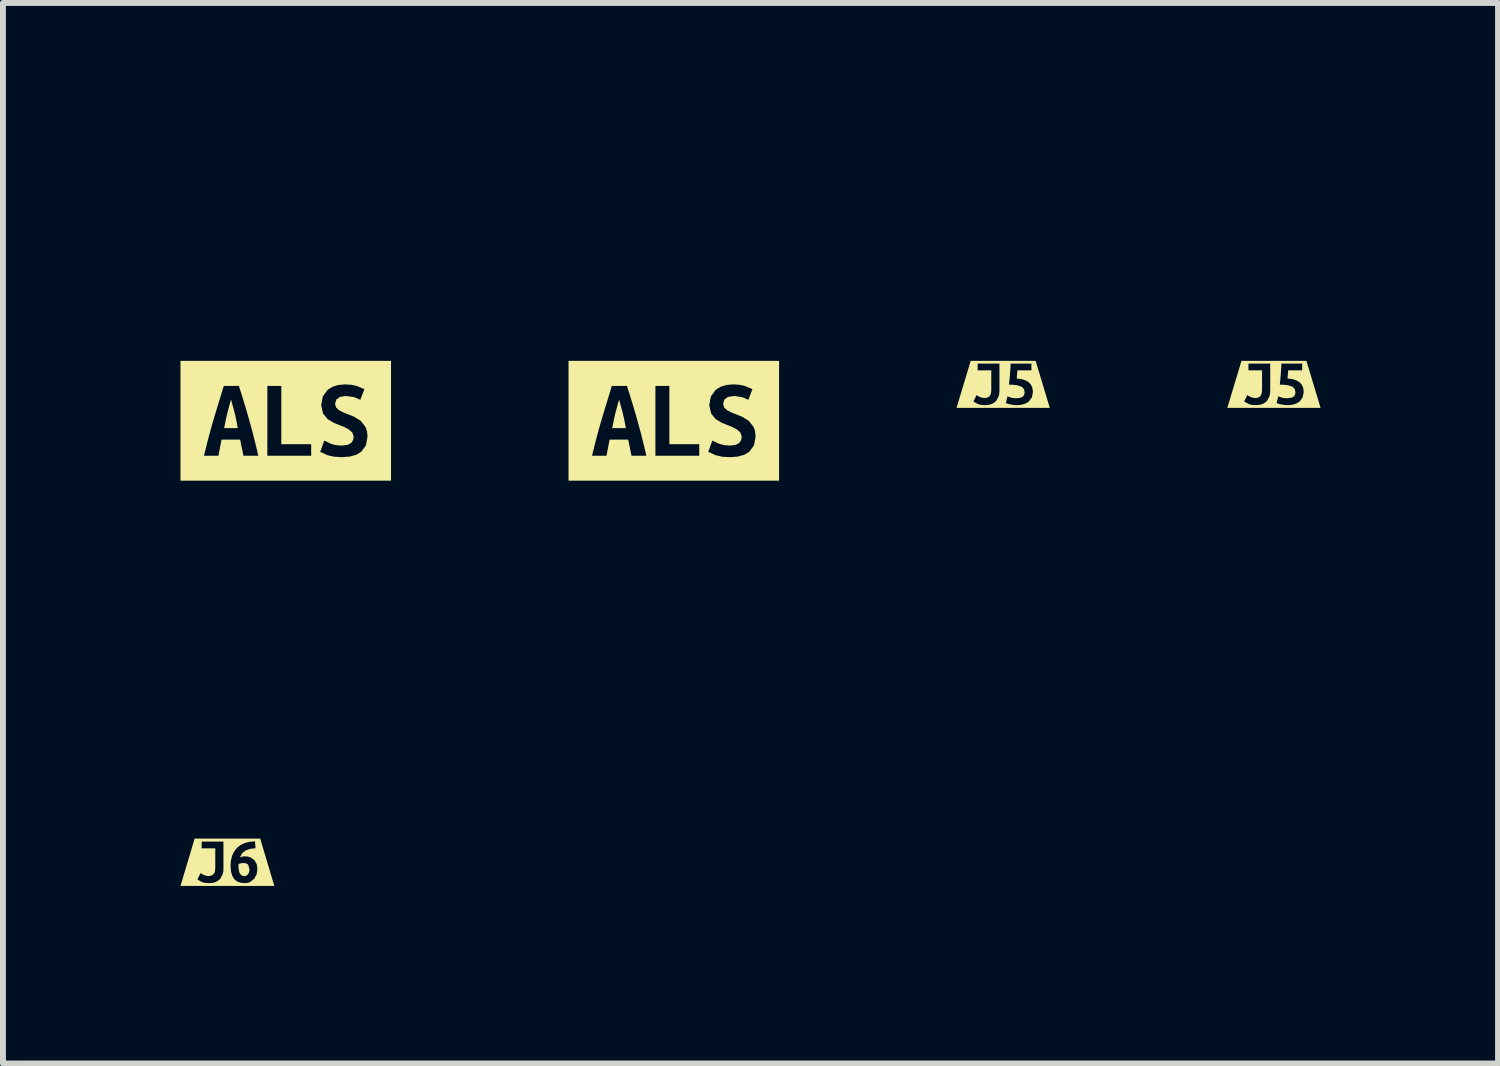
<source format=kicad_pcb>
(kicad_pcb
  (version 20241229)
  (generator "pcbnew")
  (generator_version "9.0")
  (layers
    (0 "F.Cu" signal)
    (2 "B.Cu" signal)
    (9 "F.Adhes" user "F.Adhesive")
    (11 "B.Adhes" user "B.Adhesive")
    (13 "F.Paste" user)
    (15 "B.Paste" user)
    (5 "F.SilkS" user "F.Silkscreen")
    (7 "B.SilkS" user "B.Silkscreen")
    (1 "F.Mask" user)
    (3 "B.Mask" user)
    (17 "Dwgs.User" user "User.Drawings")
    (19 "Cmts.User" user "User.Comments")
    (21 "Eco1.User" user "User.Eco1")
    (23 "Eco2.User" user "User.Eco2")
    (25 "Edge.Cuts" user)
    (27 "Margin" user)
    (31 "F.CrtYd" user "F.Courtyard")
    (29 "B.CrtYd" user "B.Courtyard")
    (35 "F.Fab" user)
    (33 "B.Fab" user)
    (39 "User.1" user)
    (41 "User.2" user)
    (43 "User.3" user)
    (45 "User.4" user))
  (footprint "kibuzzard-6458032B"
    (layer "F.Cu")
    (at 18.479 3.446)
    (property "Reference" "kibuzzard-6458032B" (at 0 -3.445 0) (layer "F.SilkS") (effects (font (size 0.001 0.001) (thickness 0.15))))
    (attr board_only exclude_from_pos_files exclude_from_bom)
    (fp_poly (pts (xy -0.503 -0.397) (xy -0.549 -0.397) (xy -0.788 0.397) (xy -0.549 0.397) (xy -0.503 0.397) (xy -0.307 0.397) (xy -0.307 0.351) (xy -0.371 0.347) (xy -0.424 0.333) (xy -0.503 0.29) (xy -0.451 0.181) (xy -0.389 0.216) (xy -0.319 0.232) (xy -0.271 0.225) (xy -0.233 0.204) (xy -0.209 0.163) (xy -0.201 0.099) (xy -0.201 -0.238) (xy -0.431 -0.238) (xy -0.431 -0.351) (xy -0.063 -0.351) (xy -0.063 0.107) (xy -0.066 0.155) (xy -0.076 0.201) (xy -0.118 0.279) (xy -0.152 0.309) (xy -0.194 0.332) (xy -0.246 0.346) (xy -0.307 0.351) (xy -0.307 0.397) (xy 0.231 0.397) (xy 0.231 0.351) (xy 0.176 0.348) (xy 0.123 0.339) (xy 0.077 0.328) (xy 0.045 0.316) (xy 0.073 0.202) (xy 0.135 0.224) (xy 0.178 0.232) (xy 0.229 0.234) (xy 0.296 0.226) (xy 0.337 0.203) (xy 0.357 0.171) (xy 0.363 0.134) (xy 0.353 0.082) (xy 0.316 0.041) (xy 0.235 0.014) (xy 0.175 0.007) (xy 0.098 0.004) (xy 0.108 -0.088) (xy 0.116 -0.178) (xy 0.122 -0.266) (xy 0.126 -0.351) (xy 0.477 -0.351) (xy 0.477 -0.238) (xy 0.241 -0.238) (xy 0.235 -0.163) (xy 0.229 -0.1) (xy 0.314 -0.089) (xy 0.382 -0.066) (xy 0.435 -0.033) (xy 0.473 0.01) (xy 0.495 0.064) (xy 0.503 0.129) (xy 0.486 0.217) (xy 0.435 0.288) (xy 0.396 0.314) (xy 0.349 0.334) (xy 0.294 0.347) (xy 0.231 0.351) (xy 0.231 0.397) (xy 0.503 0.397) (xy 0.549 0.397) (xy 0.788 0.397) (xy 0.549 -0.397) (xy 0.503 -0.397) (xy -0.503 -0.397)) (stroke (width 0) (type solid)) (fill yes) (layer "F.SilkS")))
  (footprint "kibuzzard-6458032F"
    (layer "F.Cu")
    (at 0.793 11.522)
    (property "Reference" "kibuzzard-6458032F" (at 0 -3.448 0) (layer "F.SilkS") (effects (font (size 0.001 0.001) (thickness 0.15))))
    (attr board_only exclude_from_pos_files exclude_from_bom)
    (fp_poly (pts (xy 0.269 0.012) (xy 0.226 0.017) (xy 0.189 0.029) (xy 0.188 0.049) (xy 0.187 0.07) (xy 0.192 0.132) (xy 0.207 0.184) (xy 0.238 0.222) (xy 0.286 0.236) (xy 0.326 0.224) (xy 0.353 0.197) (xy 0.369 0.16) (xy 0.374 0.121) (xy 0.351 0.041) (xy 0.319 0.019) (xy 0.269 0.012)) (stroke (width 0) (type solid)) (fill yes) (layer "F.SilkS"))
    (fp_poly (pts (xy -0.507 -0.4) (xy -0.554 -0.4) (xy -0.793 0.4) (xy -0.554 0.4) (xy -0.507 0.4) (xy -0.312 0.4) (xy -0.312 0.353) (xy -0.376 0.349) (xy -0.428 0.336) (xy -0.507 0.292) (xy -0.455 0.183) (xy -0.393 0.218) (xy -0.324 0.234) (xy -0.276 0.227) (xy -0.238 0.206) (xy -0.213 0.166) (xy -0.205 0.101) (xy -0.205 -0.236) (xy -0.435 -0.236) (xy -0.435 -0.349) (xy -0.067 -0.349) (xy -0.067 0.109) (xy -0.07 0.158) (xy -0.08 0.203) (xy -0.122 0.281) (xy -0.156 0.311) (xy -0.198 0.334) (xy -0.25 0.349) (xy -0.312 0.353) (xy -0.312 0.4) (xy 0.289 0.4) (xy 0.289 0.353) (xy 0.219 0.345) (xy 0.16 0.322) (xy 0.113 0.282) (xy 0.08 0.225) (xy 0.06 0.15) (xy 0.053 0.058) (xy 0.06 -0.036) (xy 0.082 -0.119) (xy 0.118 -0.189) (xy 0.166 -0.248) (xy 0.226 -0.294) (xy 0.297 -0.327) (xy 0.378 -0.347) (xy 0.467 -0.353) (xy 0.475 -0.237) (xy 0.388 -0.228) (xy 0.311 -0.202) (xy 0.249 -0.154) (xy 0.211 -0.082) (xy 0.252 -0.096) (xy 0.287 -0.101) (xy 0.343 -0.097) (xy 0.389 -0.083) (xy 0.457 -0.036) (xy 0.496 0.034) (xy 0.507 0.119) (xy 0.495 0.2) (xy 0.455 0.276) (xy 0.387 0.332) (xy 0.342 0.348) (xy 0.289 0.353) (xy 0.289 0.4) (xy 0.507 0.4) (xy 0.554 0.4) (xy 0.793 0.4) (xy 0.554 -0.4) (xy 0.507 -0.4) (xy -0.507 -0.4)) (stroke (width 0) (type solid)) (fill yes) (layer "F.SilkS")))
  (footprint "kibuzzard-645BF6FA"
    (layer "F.Cu")
    (at 1.779 4.061)
    (property "Reference" "kibuzzard-645BF6FA" (at 0 -4.06 0) (layer "F.SilkS") (effects (font (size 0.001 0.001) (thickness 0.15))))
    (attr board_only exclude_from_pos_files exclude_from_bom)
    (fp_poly (pts (xy -0.925 -0.36) (xy -0.96 -0.233) (xy -0.991 -0.115) (xy -1.017 0.002) (xy -1.041 0.124) (xy -0.811 0.124) (xy -0.833 0.002) (xy -0.859 -0.115) (xy -0.89 -0.233) (xy -0.925 -0.36)) (stroke (width 0) (type solid)) (fill yes) (layer "F.SilkS"))
    (fp_poly (pts (xy -1.382 -1.012) (xy -1.779 -1.012) (xy -1.779 1.012) (xy -1.382 1.012) (xy -0.715 1.012) (xy -0.715 0.591) (xy -0.771 0.318) (xy -1.085 0.318) (xy -1.138 0.591) (xy -1.382 0.591) (xy -1.348 0.454) (xy -1.315 0.322) (xy -1.281 0.195) (xy -1.247 0.072) (xy -1.213 -0.045) (xy -1.17 -0.186) (xy -1.128 -0.324) (xy -1.087 -0.458) (xy -1.047 -0.589) (xy -0.792 -0.589) (xy -0.75 -0.457) (xy -0.708 -0.322) (xy -0.666 -0.182) (xy -0.625 -0.039) (xy -0.592 0.079) (xy -0.559 0.201) (xy -0.527 0.327) (xy -0.495 0.457) (xy -0.464 0.591) (xy -0.715 0.591) (xy -0.715 1.012) (xy 0.43 1.012) (xy 0.43 0.591) (xy -0.311 0.591) (xy -0.311 -0.589) (xy -0.075 -0.589) (xy -0.075 0.396) (xy 0.43 0.396) (xy 0.43 0.591) (xy 0.43 1.012) (xy 0.948 1.012) (xy 0.948 0.615) (xy 0.816 0.607) (xy 0.713 0.584) (xy 0.582 0.526) (xy 0.651 0.335) (xy 0.773 0.392) (xy 0.853 0.412) (xy 0.948 0.419) (xy 1.046 0.407) (xy 1.108 0.372) (xy 1.139 0.323) (xy 1.148 0.267) (xy 1.127 0.202) (xy 1.073 0.151) (xy 1.001 0.111) (xy 0.921 0.078) (xy 0.811 0.034) (xy 0.707 -0.029) (xy 0.63 -0.123) (xy 0.599 -0.263) (xy 0.626 -0.411) (xy 0.707 -0.522) (xy 0.788 -0.574) (xy 0.886 -0.605) (xy 1.003 -0.615) (xy 1.105 -0.609) (xy 1.193 -0.591) (xy 1.329 -0.535) (xy 1.26 -0.354) (xy 1.154 -0.4) (xy 1.02 -0.419) (xy 0.916 -0.404) (xy 0.854 -0.359) (xy 0.833 -0.284) (xy 0.852 -0.224) (xy 0.901 -0.178) (xy 0.968 -0.143) (xy 1.041 -0.114) (xy 1.156 -0.068) (xy 1.267 0.001) (xy 1.35 0.108) (xy 1.374 0.18) (xy 1.382 0.269) (xy 1.355 0.416) (xy 1.274 0.525) (xy 1.19 0.575) (xy 1.081 0.605) (xy 0.948 0.615) (xy 0.948 1.012) (xy 1.382 1.012) (xy 1.779 1.012) (xy 1.779 -1.012) (xy 1.382 -1.012) (xy -1.382 -1.012)) (stroke (width 0) (type solid)) (fill yes) (layer "F.SilkS")))
  (footprint "kibuzzard-645BF703"
    (layer "F.Cu")
    (at 8.337 4.061)
    (property "Reference" "kibuzzard-645BF703" (at 0 -4.06 0) (layer "F.SilkS") (effects (font (size 0.001 0.001) (thickness 0.15))))
    (attr board_only exclude_from_pos_files exclude_from_bom)
    (fp_poly (pts (xy -0.925 -0.36) (xy -0.96 -0.233) (xy -0.991 -0.115) (xy -1.017 0.002) (xy -1.041 0.124) (xy -0.811 0.124) (xy -0.833 0.002) (xy -0.859 -0.115) (xy -0.89 -0.233) (xy -0.925 -0.36)) (stroke (width 0) (type solid)) (fill yes) (layer "F.SilkS"))
    (fp_poly (pts (xy -1.382 -1.012) (xy -1.779 -1.012) (xy -1.779 1.012) (xy -1.382 1.012) (xy -0.715 1.012) (xy -0.715 0.591) (xy -0.771 0.318) (xy -1.085 0.318) (xy -1.138 0.591) (xy -1.382 0.591) (xy -1.348 0.454) (xy -1.315 0.322) (xy -1.281 0.195) (xy -1.247 0.072) (xy -1.213 -0.045) (xy -1.17 -0.186) (xy -1.128 -0.324) (xy -1.087 -0.458) (xy -1.047 -0.589) (xy -0.792 -0.589) (xy -0.75 -0.457) (xy -0.708 -0.322) (xy -0.666 -0.182) (xy -0.625 -0.039) (xy -0.592 0.079) (xy -0.559 0.201) (xy -0.527 0.327) (xy -0.495 0.457) (xy -0.464 0.591) (xy -0.715 0.591) (xy -0.715 1.012) (xy 0.43 1.012) (xy 0.43 0.591) (xy -0.311 0.591) (xy -0.311 -0.589) (xy -0.075 -0.589) (xy -0.075 0.396) (xy 0.43 0.396) (xy 0.43 0.591) (xy 0.43 1.012) (xy 0.948 1.012) (xy 0.948 0.615) (xy 0.816 0.607) (xy 0.713 0.584) (xy 0.582 0.526) (xy 0.651 0.335) (xy 0.773 0.392) (xy 0.853 0.412) (xy 0.948 0.419) (xy 1.046 0.407) (xy 1.108 0.372) (xy 1.139 0.323) (xy 1.148 0.267) (xy 1.127 0.202) (xy 1.073 0.151) (xy 1.001 0.111) (xy 0.921 0.078) (xy 0.811 0.034) (xy 0.707 -0.029) (xy 0.63 -0.123) (xy 0.599 -0.263) (xy 0.626 -0.411) (xy 0.707 -0.522) (xy 0.788 -0.574) (xy 0.886 -0.605) (xy 1.003 -0.615) (xy 1.105 -0.609) (xy 1.193 -0.591) (xy 1.329 -0.535) (xy 1.26 -0.354) (xy 1.154 -0.4) (xy 1.02 -0.419) (xy 0.916 -0.404) (xy 0.854 -0.359) (xy 0.833 -0.284) (xy 0.852 -0.224) (xy 0.901 -0.178) (xy 0.968 -0.143) (xy 1.041 -0.114) (xy 1.156 -0.068) (xy 1.267 0.001) (xy 1.35 0.108) (xy 1.374 0.18) (xy 1.382 0.269) (xy 1.355 0.416) (xy 1.274 0.525) (xy 1.19 0.575) (xy 1.081 0.605) (xy 0.948 0.615) (xy 0.948 1.012) (xy 1.382 1.012) (xy 1.779 1.012) (xy 1.779 -1.012) (xy 1.382 -1.012) (xy -1.382 -1.012)) (stroke (width 0) (type solid)) (fill yes) (layer "F.SilkS")))
  (footprint "kibuzzard-646936FC"
    (layer "F.Cu")
    (at 13.903 3.446)
    (property "Reference" "kibuzzard-646936FC" (at 0 -3.445 0) (layer "F.SilkS") (effects (font (size 0.001 0.001) (thickness 0.15))))
    (attr board_only exclude_from_pos_files exclude_from_bom)
    (fp_poly (pts (xy -0.503 -0.397) (xy -0.549 -0.397) (xy -0.788 0.397) (xy -0.549 0.397) (xy -0.503 0.397) (xy -0.307 0.397) (xy -0.307 0.351) (xy -0.371 0.347) (xy -0.424 0.333) (xy -0.503 0.29) (xy -0.451 0.181) (xy -0.389 0.216) (xy -0.319 0.232) (xy -0.271 0.225) (xy -0.233 0.204) (xy -0.209 0.163) (xy -0.201 0.099) (xy -0.201 -0.238) (xy -0.431 -0.238) (xy -0.431 -0.351) (xy -0.063 -0.351) (xy -0.063 0.107) (xy -0.066 0.155) (xy -0.076 0.201) (xy -0.118 0.279) (xy -0.152 0.309) (xy -0.194 0.332) (xy -0.246 0.346) (xy -0.307 0.351) (xy -0.307 0.397) (xy 0.231 0.397) (xy 0.231 0.351) (xy 0.176 0.348) (xy 0.123 0.339) (xy 0.077 0.328) (xy 0.045 0.316) (xy 0.073 0.202) (xy 0.135 0.224) (xy 0.178 0.232) (xy 0.229 0.234) (xy 0.296 0.226) (xy 0.337 0.203) (xy 0.357 0.171) (xy 0.363 0.134) (xy 0.353 0.082) (xy 0.316 0.041) (xy 0.235 0.014) (xy 0.175 0.007) (xy 0.098 0.004) (xy 0.108 -0.088) (xy 0.116 -0.178) (xy 0.122 -0.266) (xy 0.126 -0.351) (xy 0.477 -0.351) (xy 0.477 -0.238) (xy 0.241 -0.238) (xy 0.235 -0.163) (xy 0.229 -0.1) (xy 0.314 -0.089) (xy 0.382 -0.066) (xy 0.435 -0.033) (xy 0.473 0.01) (xy 0.495 0.064) (xy 0.503 0.129) (xy 0.486 0.217) (xy 0.435 0.288) (xy 0.396 0.314) (xy 0.349 0.334) (xy 0.294 0.347) (xy 0.231 0.351) (xy 0.231 0.397) (xy 0.503 0.397) (xy 0.549 0.397) (xy 0.788 0.397) (xy 0.549 -0.397) (xy 0.503 -0.397) (xy -0.503 -0.397)) (stroke (width 0) (type solid)) (fill yes) (layer "F.SilkS")))
  (gr_rect
    (start -3 -3)
    (end 22.266 14.922)
    (stroke (width 0.1) (type default))
    (fill no)
    (layer "Edge.Cuts")))
</source>
